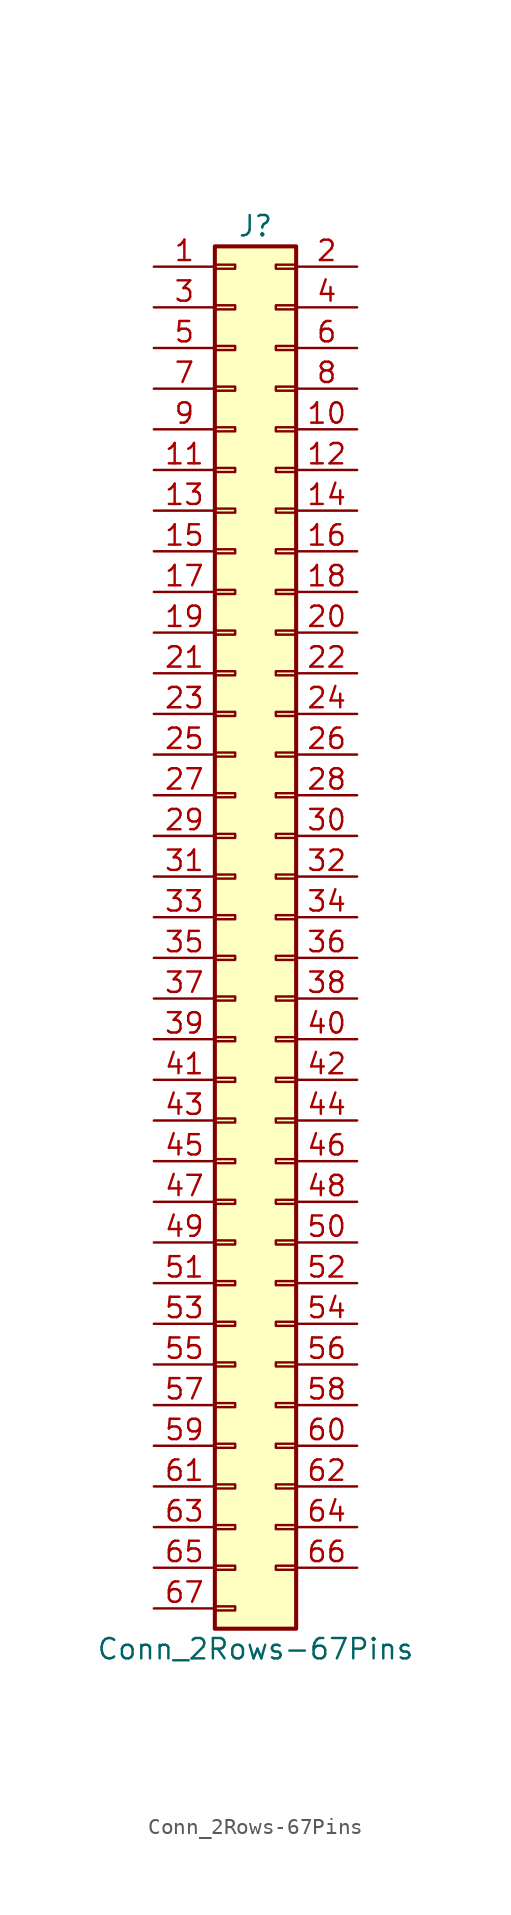
<source format=kicad_sym>
(kicad_symbol_lib
  (version 20211014)
  (generator kicad_symbol_editor)
  (symbol "Conn_2Rows-67Pins"
    (pin_names
      (offset 1.016) hide)
    (property "Reference" "J"
      (at 1.27 43.18 0)
      (effects (font (size 1.27 1.27))))
    (property "Value" "Conn_2Rows-67Pins"
      (at 1.27 -45.72 0)
      (effects (font (size 1.27 1.27))))
    (symbol "Conn_2Rows-67Pins_1_1"
      (rectangle (start -1.27 -43.053) (end 0 -43.307) (stroke (width 0.152) (type default) (color 0 0 0 0)) (fill (type none)))
      (rectangle (start -1.27 -40.513) (end 0 -40.767) (stroke (width 0.152) (type default) (color 0 0 0 0)) (fill (type none)))
      (rectangle (start -1.27 -37.973) (end 0 -38.227) (stroke (width 0.152) (type default) (color 0 0 0 0)) (fill (type none)))
      (rectangle (start -1.27 -35.433) (end 0 -35.687) (stroke (width 0.152) (type default) (color 0 0 0 0)) (fill (type none)))
      (rectangle (start -1.27 -32.893) (end 0 -33.147) (stroke (width 0.152) (type default) (color 0 0 0 0)) (fill (type none)))
      (rectangle (start -1.27 -30.353) (end 0 -30.607) (stroke (width 0.152) (type default) (color 0 0 0 0)) (fill (type none)))
      (rectangle (start -1.27 -27.813) (end 0 -28.067) (stroke (width 0.152) (type default) (color 0 0 0 0)) (fill (type none)))
      (rectangle (start -1.27 -25.273) (end 0 -25.527) (stroke (width 0.152) (type default) (color 0 0 0 0)) (fill (type none)))
      (rectangle (start -1.27 -22.733) (end 0 -22.987) (stroke (width 0.152) (type default) (color 0 0 0 0)) (fill (type none)))
      (rectangle (start -1.27 -20.193) (end 0 -20.447) (stroke (width 0.152) (type default) (color 0 0 0 0)) (fill (type none)))
      (rectangle (start -1.27 -17.653) (end 0 -17.907) (stroke (width 0.152) (type default) (color 0 0 0 0)) (fill (type none)))
      (rectangle (start -1.27 -15.113) (end 0 -15.367) (stroke (width 0.152) (type default) (color 0 0 0 0)) (fill (type none)))
      (rectangle (start -1.27 -12.573) (end 0 -12.827) (stroke (width 0.152) (type default) (color 0 0 0 0)) (fill (type none)))
      (rectangle (start -1.27 -10.033) (end 0 -10.287) (stroke (width 0.152) (type default) (color 0 0 0 0)) (fill (type none)))
      (rectangle (start -1.27 -7.493) (end 0 -7.747) (stroke (width 0.152) (type default) (color 0 0 0 0)) (fill (type none)))
      (rectangle (start -1.27 -4.953) (end 0 -5.207) (stroke (width 0.152) (type default) (color 0 0 0 0)) (fill (type none)))
      (rectangle (start -1.27 -2.413) (end 0 -2.667) (stroke (width 0.152) (type default) (color 0 0 0 0)) (fill (type none)))
      (rectangle (start -1.27 0.127) (end 0 -0.127) (stroke (width 0.152) (type default) (color 0 0 0 0)) (fill (type none)))
      (rectangle (start -1.27 2.667) (end 0 2.413) (stroke (width 0.152) (type default) (color 0 0 0 0)) (fill (type none)))
      (rectangle (start -1.27 5.207) (end 0 4.953) (stroke (width 0.152) (type default) (color 0 0 0 0)) (fill (type none)))
      (rectangle (start -1.27 7.747) (end 0 7.493) (stroke (width 0.152) (type default) (color 0 0 0 0)) (fill (type none)))
      (rectangle (start -1.27 10.287) (end 0 10.033) (stroke (width 0.152) (type default) (color 0 0 0 0)) (fill (type none)))
      (rectangle (start -1.27 12.827) (end 0 12.573) (stroke (width 0.152) (type default) (color 0 0 0 0)) (fill (type none)))
      (rectangle (start -1.27 15.367) (end 0 15.113) (stroke (width 0.152) (type default) (color 0 0 0 0)) (fill (type none)))
      (rectangle (start -1.27 17.907) (end 0 17.653) (stroke (width 0.152) (type default) (color 0 0 0 0)) (fill (type none)))
      (rectangle (start -1.27 20.447) (end 0 20.193) (stroke (width 0.152) (type default) (color 0 0 0 0)) (fill (type none)))
      (rectangle (start -1.27 22.987) (end 0 22.733) (stroke (width 0.152) (type default) (color 0 0 0 0)) (fill (type none)))
      (rectangle (start -1.27 25.527) (end 0 25.273) (stroke (width 0.152) (type default) (color 0 0 0 0)) (fill (type none)))
      (rectangle (start -1.27 28.067) (end 0 27.813) (stroke (width 0.152) (type default) (color 0 0 0 0)) (fill (type none)))
      (rectangle (start -1.27 30.607) (end 0 30.353) (stroke (width 0.152) (type default) (color 0 0 0 0)) (fill (type none)))
      (rectangle (start -1.27 33.147) (end 0 32.893) (stroke (width 0.152) (type default) (color 0 0 0 0)) (fill (type none)))
      (rectangle (start -1.27 35.687) (end 0 35.433) (stroke (width 0.152) (type default) (color 0 0 0 0)) (fill (type none)))
      (rectangle (start -1.27 38.227) (end 0 37.973) (stroke (width 0.152) (type default) (color 0 0 0 0)) (fill (type none)))
      (rectangle (start -1.27 40.767) (end 0 40.513) (stroke (width 0.152) (type default) (color 0 0 0 0)) (fill (type none)))
      (rectangle (start -1.27 41.91) (end 3.81 -44.45) (stroke (width 0.254) (type default) (color 0 0 0 0)) (fill (type background)))
      (rectangle (start 3.81 -40.513) (end 2.54 -40.767) (stroke (width 0.152) (type default) (color 0 0 0 0)) (fill (type none)))
      (rectangle (start 3.81 -37.973) (end 2.54 -38.227) (stroke (width 0.152) (type default) (color 0 0 0 0)) (fill (type none)))
      (rectangle (start 3.81 -35.433) (end 2.54 -35.687) (stroke (width 0.152) (type default) (color 0 0 0 0)) (fill (type none)))
      (rectangle (start 3.81 -32.893) (end 2.54 -33.147) (stroke (width 0.152) (type default) (color 0 0 0 0)) (fill (type none)))
      (rectangle (start 3.81 -30.353) (end 2.54 -30.607) (stroke (width 0.152) (type default) (color 0 0 0 0)) (fill (type none)))
      (rectangle (start 3.81 -27.813) (end 2.54 -28.067) (stroke (width 0.152) (type default) (color 0 0 0 0)) (fill (type none)))
      (rectangle (start 3.81 -25.273) (end 2.54 -25.527) (stroke (width 0.152) (type default) (color 0 0 0 0)) (fill (type none)))
      (rectangle (start 3.81 -22.733) (end 2.54 -22.987) (stroke (width 0.152) (type default) (color 0 0 0 0)) (fill (type none)))
      (rectangle (start 3.81 -20.193) (end 2.54 -20.447) (stroke (width 0.152) (type default) (color 0 0 0 0)) (fill (type none)))
      (rectangle (start 3.81 -17.653) (end 2.54 -17.907) (stroke (width 0.152) (type default) (color 0 0 0 0)) (fill (type none)))
      (rectangle (start 3.81 -15.113) (end 2.54 -15.367) (stroke (width 0.152) (type default) (color 0 0 0 0)) (fill (type none)))
      (rectangle (start 3.81 -12.573) (end 2.54 -12.827) (stroke (width 0.152) (type default) (color 0 0 0 0)) (fill (type none)))
      (rectangle (start 3.81 -10.033) (end 2.54 -10.287) (stroke (width 0.152) (type default) (color 0 0 0 0)) (fill (type none)))
      (rectangle (start 3.81 -7.493) (end 2.54 -7.747) (stroke (width 0.152) (type default) (color 0 0 0 0)) (fill (type none)))
      (rectangle (start 3.81 -4.953) (end 2.54 -5.207) (stroke (width 0.152) (type default) (color 0 0 0 0)) (fill (type none)))
      (rectangle (start 3.81 -2.413) (end 2.54 -2.667) (stroke (width 0.152) (type default) (color 0 0 0 0)) (fill (type none)))
      (rectangle (start 3.81 0.127) (end 2.54 -0.127) (stroke (width 0.152) (type default) (color 0 0 0 0)) (fill (type none)))
      (rectangle (start 3.81 2.667) (end 2.54 2.413) (stroke (width 0.152) (type default) (color 0 0 0 0)) (fill (type none)))
      (rectangle (start 3.81 5.207) (end 2.54 4.953) (stroke (width 0.152) (type default) (color 0 0 0 0)) (fill (type none)))
      (rectangle (start 3.81 7.747) (end 2.54 7.493) (stroke (width 0.152) (type default) (color 0 0 0 0)) (fill (type none)))
      (rectangle (start 3.81 10.287) (end 2.54 10.033) (stroke (width 0.152) (type default) (color 0 0 0 0)) (fill (type none)))
      (rectangle (start 3.81 12.827) (end 2.54 12.573) (stroke (width 0.152) (type default) (color 0 0 0 0)) (fill (type none)))
      (rectangle (start 3.81 15.367) (end 2.54 15.113) (stroke (width 0.152) (type default) (color 0 0 0 0)) (fill (type none)))
      (rectangle (start 3.81 17.907) (end 2.54 17.653) (stroke (width 0.152) (type default) (color 0 0 0 0)) (fill (type none)))
      (rectangle (start 3.81 20.447) (end 2.54 20.193) (stroke (width 0.152) (type default) (color 0 0 0 0)) (fill (type none)))
      (rectangle (start 3.81 22.987) (end 2.54 22.733) (stroke (width 0.152) (type default) (color 0 0 0 0)) (fill (type none)))
      (rectangle (start 3.81 25.527) (end 2.54 25.273) (stroke (width 0.152) (type default) (color 0 0 0 0)) (fill (type none)))
      (rectangle (start 3.81 28.067) (end 2.54 27.813) (stroke (width 0.152) (type default) (color 0 0 0 0)) (fill (type none)))
      (rectangle (start 3.81 30.607) (end 2.54 30.353) (stroke (width 0.152) (type default) (color 0 0 0 0)) (fill (type none)))
      (rectangle (start 3.81 33.147) (end 2.54 32.893) (stroke (width 0.152) (type default) (color 0 0 0 0)) (fill (type none)))
      (rectangle (start 3.81 35.687) (end 2.54 35.433) (stroke (width 0.152) (type default) (color 0 0 0 0)) (fill (type none)))
      (rectangle (start 3.81 38.227) (end 2.54 37.973) (stroke (width 0.152) (type default) (color 0 0 0 0)) (fill (type none)))
      (rectangle (start 3.81 40.767) (end 2.54 40.513) (stroke (width 0.152) (type default) (color 0 0 0 0)) (fill (type none)))
      (pin passive line (at -5.08 40.64 0) (length 3.81) (name "Pin_1" (effects (font (size 1.27 1.27)))) (number "1" (effects (font (size 1.27 1.27)))))
      (pin passive line (at 7.62 30.48 180) (length 3.81) (name "Pin_10" (effects (font (size 1.27 1.27)))) (number "10" (effects (font (size 1.27 1.27)))))
      (pin passive line (at -5.08 27.94 0) (length 3.81) (name "Pin_11" (effects (font (size 1.27 1.27)))) (number "11" (effects (font (size 1.27 1.27)))))
      (pin passive line (at 7.62 27.94 180) (length 3.81) (name "Pin_12" (effects (font (size 1.27 1.27)))) (number "12" (effects (font (size 1.27 1.27)))))
      (pin passive line (at -5.08 25.4 0) (length 3.81) (name "Pin_13" (effects (font (size 1.27 1.27)))) (number "13" (effects (font (size 1.27 1.27)))))
      (pin passive line (at 7.62 25.4 180) (length 3.81) (name "Pin_14" (effects (font (size 1.27 1.27)))) (number "14" (effects (font (size 1.27 1.27)))))
      (pin passive line (at -5.08 22.86 0) (length 3.81) (name "Pin_15" (effects (font (size 1.27 1.27)))) (number "15" (effects (font (size 1.27 1.27)))))
      (pin passive line (at 7.62 22.86 180) (length 3.81) (name "Pin_16" (effects (font (size 1.27 1.27)))) (number "16" (effects (font (size 1.27 1.27)))))
      (pin passive line (at -5.08 20.32 0) (length 3.81) (name "Pin_17" (effects (font (size 1.27 1.27)))) (number "17" (effects (font (size 1.27 1.27)))))
      (pin passive line (at 7.62 20.32 180) (length 3.81) (name "Pin_18" (effects (font (size 1.27 1.27)))) (number "18" (effects (font (size 1.27 1.27)))))
      (pin passive line (at -5.08 17.78 0) (length 3.81) (name "Pin_19" (effects (font (size 1.27 1.27)))) (number "19" (effects (font (size 1.27 1.27)))))
      (pin passive line (at 7.62 40.64 180) (length 3.81) (name "Pin_2" (effects (font (size 1.27 1.27)))) (number "2" (effects (font (size 1.27 1.27)))))
      (pin passive line (at 7.62 17.78 180) (length 3.81) (name "Pin_20" (effects (font (size 1.27 1.27)))) (number "20" (effects (font (size 1.27 1.27)))))
      (pin passive line (at -5.08 15.24 0) (length 3.81) (name "Pin_21" (effects (font (size 1.27 1.27)))) (number "21" (effects (font (size 1.27 1.27)))))
      (pin passive line (at 7.62 15.24 180) (length 3.81) (name "Pin_22" (effects (font (size 1.27 1.27)))) (number "22" (effects (font (size 1.27 1.27)))))
      (pin passive line (at -5.08 12.7 0) (length 3.81) (name "Pin_23" (effects (font (size 1.27 1.27)))) (number "23" (effects (font (size 1.27 1.27)))))
      (pin passive line (at 7.62 12.7 180) (length 3.81) (name "Pin_24" (effects (font (size 1.27 1.27)))) (number "24" (effects (font (size 1.27 1.27)))))
      (pin passive line (at -5.08 10.16 0) (length 3.81) (name "Pin_25" (effects (font (size 1.27 1.27)))) (number "25" (effects (font (size 1.27 1.27)))))
      (pin passive line (at 7.62 10.16 180) (length 3.81) (name "Pin_26" (effects (font (size 1.27 1.27)))) (number "26" (effects (font (size 1.27 1.27)))))
      (pin passive line (at -5.08 7.62 0) (length 3.81) (name "Pin_27" (effects (font (size 1.27 1.27)))) (number "27" (effects (font (size 1.27 1.27)))))
      (pin passive line (at 7.62 7.62 180) (length 3.81) (name "Pin_28" (effects (font (size 1.27 1.27)))) (number "28" (effects (font (size 1.27 1.27)))))
      (pin passive line (at -5.08 5.08 0) (length 3.81) (name "Pin_29" (effects (font (size 1.27 1.27)))) (number "29" (effects (font (size 1.27 1.27)))))
      (pin passive line (at -5.08 38.1 0) (length 3.81) (name "Pin_3" (effects (font (size 1.27 1.27)))) (number "3" (effects (font (size 1.27 1.27)))))
      (pin passive line (at 7.62 5.08 180) (length 3.81) (name "Pin_30" (effects (font (size 1.27 1.27)))) (number "30" (effects (font (size 1.27 1.27)))))
      (pin passive line (at -5.08 2.54 0) (length 3.81) (name "Pin_31" (effects (font (size 1.27 1.27)))) (number "31" (effects (font (size 1.27 1.27)))))
      (pin passive line (at 7.62 2.54 180) (length 3.81) (name "Pin_32" (effects (font (size 1.27 1.27)))) (number "32" (effects (font (size 1.27 1.27)))))
      (pin passive line (at -5.08 0 0) (length 3.81) (name "Pin_33" (effects (font (size 1.27 1.27)))) (number "33" (effects (font (size 1.27 1.27)))))
      (pin passive line (at 7.62 0 180) (length 3.81) (name "Pin_34" (effects (font (size 1.27 1.27)))) (number "34" (effects (font (size 1.27 1.27)))))
      (pin passive line (at -5.08 -2.54 0) (length 3.81) (name "Pin_35" (effects (font (size 1.27 1.27)))) (number "35" (effects (font (size 1.27 1.27)))))
      (pin passive line (at 7.62 -2.54 180) (length 3.81) (name "Pin_36" (effects (font (size 1.27 1.27)))) (number "36" (effects (font (size 1.27 1.27)))))
      (pin passive line (at -5.08 -5.08 0) (length 3.81) (name "Pin_37" (effects (font (size 1.27 1.27)))) (number "37" (effects (font (size 1.27 1.27)))))
      (pin passive line (at 7.62 -5.08 180) (length 3.81) (name "Pin_38" (effects (font (size 1.27 1.27)))) (number "38" (effects (font (size 1.27 1.27)))))
      (pin passive line (at -5.08 -7.62 0) (length 3.81) (name "Pin_39" (effects (font (size 1.27 1.27)))) (number "39" (effects (font (size 1.27 1.27)))))
      (pin passive line (at 7.62 38.1 180) (length 3.81) (name "Pin_4" (effects (font (size 1.27 1.27)))) (number "4" (effects (font (size 1.27 1.27)))))
      (pin passive line (at 7.62 -7.62 180) (length 3.81) (name "Pin_40" (effects (font (size 1.27 1.27)))) (number "40" (effects (font (size 1.27 1.27)))))
      (pin passive line (at -5.08 -10.16 0) (length 3.81) (name "Pin_41" (effects (font (size 1.27 1.27)))) (number "41" (effects (font (size 1.27 1.27)))))
      (pin passive line (at 7.62 -10.16 180) (length 3.81) (name "Pin_42" (effects (font (size 1.27 1.27)))) (number "42" (effects (font (size 1.27 1.27)))))
      (pin passive line (at -5.08 -12.7 0) (length 3.81) (name "Pin_43" (effects (font (size 1.27 1.27)))) (number "43" (effects (font (size 1.27 1.27)))))
      (pin passive line (at 7.62 -12.7 180) (length 3.81) (name "Pin_44" (effects (font (size 1.27 1.27)))) (number "44" (effects (font (size 1.27 1.27)))))
      (pin passive line (at -5.08 -15.24 0) (length 3.81) (name "Pin_45" (effects (font (size 1.27 1.27)))) (number "45" (effects (font (size 1.27 1.27)))))
      (pin passive line (at 7.62 -15.24 180) (length 3.81) (name "Pin_46" (effects (font (size 1.27 1.27)))) (number "46" (effects (font (size 1.27 1.27)))))
      (pin passive line (at -5.08 -17.78 0) (length 3.81) (name "Pin_47" (effects (font (size 1.27 1.27)))) (number "47" (effects (font (size 1.27 1.27)))))
      (pin passive line (at 7.62 -17.78 180) (length 3.81) (name "Pin_48" (effects (font (size 1.27 1.27)))) (number "48" (effects (font (size 1.27 1.27)))))
      (pin passive line (at -5.08 -20.32 0) (length 3.81) (name "Pin_49" (effects (font (size 1.27 1.27)))) (number "49" (effects (font (size 1.27 1.27)))))
      (pin passive line (at -5.08 35.56 0) (length 3.81) (name "Pin_5" (effects (font (size 1.27 1.27)))) (number "5" (effects (font (size 1.27 1.27)))))
      (pin passive line (at 7.62 -20.32 180) (length 3.81) (name "Pin_50" (effects (font (size 1.27 1.27)))) (number "50" (effects (font (size 1.27 1.27)))))
      (pin passive line (at -5.08 -22.86 0) (length 3.81) (name "Pin_51" (effects (font (size 1.27 1.27)))) (number "51" (effects (font (size 1.27 1.27)))))
      (pin passive line (at 7.62 -22.86 180) (length 3.81) (name "Pin_52" (effects (font (size 1.27 1.27)))) (number "52" (effects (font (size 1.27 1.27)))))
      (pin passive line (at -5.08 -25.4 0) (length 3.81) (name "Pin_53" (effects (font (size 1.27 1.27)))) (number "53" (effects (font (size 1.27 1.27)))))
      (pin passive line (at 7.62 -25.4 180) (length 3.81) (name "Pin_54" (effects (font (size 1.27 1.27)))) (number "54" (effects (font (size 1.27 1.27)))))
      (pin passive line (at -5.08 -27.94 0) (length 3.81) (name "Pin_55" (effects (font (size 1.27 1.27)))) (number "55" (effects (font (size 1.27 1.27)))))
      (pin passive line (at 7.62 -27.94 180) (length 3.81) (name "Pin_56" (effects (font (size 1.27 1.27)))) (number "56" (effects (font (size 1.27 1.27)))))
      (pin passive line (at -5.08 -30.48 0) (length 3.81) (name "Pin_57" (effects (font (size 1.27 1.27)))) (number "57" (effects (font (size 1.27 1.27)))))
      (pin passive line (at 7.62 -30.48 180) (length 3.81) (name "Pin_58" (effects (font (size 1.27 1.27)))) (number "58" (effects (font (size 1.27 1.27)))))
      (pin passive line (at -5.08 -33.02 0) (length 3.81) (name "Pin_59" (effects (font (size 1.27 1.27)))) (number "59" (effects (font (size 1.27 1.27)))))
      (pin passive line (at 7.62 35.56 180) (length 3.81) (name "Pin_6" (effects (font (size 1.27 1.27)))) (number "6" (effects (font (size 1.27 1.27)))))
      (pin passive line (at 7.62 -33.02 180) (length 3.81) (name "Pin_60" (effects (font (size 1.27 1.27)))) (number "60" (effects (font (size 1.27 1.27)))))
      (pin passive line (at -5.08 -35.56 0) (length 3.81) (name "Pin_61" (effects (font (size 1.27 1.27)))) (number "61" (effects (font (size 1.27 1.27)))))
      (pin passive line (at 7.62 -35.56 180) (length 3.81) (name "Pin_62" (effects (font (size 1.27 1.27)))) (number "62" (effects (font (size 1.27 1.27)))))
      (pin passive line (at -5.08 -38.1 0) (length 3.81) (name "Pin_63" (effects (font (size 1.27 1.27)))) (number "63" (effects (font (size 1.27 1.27)))))
      (pin passive line (at 7.62 -38.1 180) (length 3.81) (name "Pin_64" (effects (font (size 1.27 1.27)))) (number "64" (effects (font (size 1.27 1.27)))))
      (pin passive line (at -5.08 -40.64 0) (length 3.81) (name "Pin_65" (effects (font (size 1.27 1.27)))) (number "65" (effects (font (size 1.27 1.27)))))
      (pin passive line (at 7.62 -40.64 180) (length 3.81) (name "Pin_66" (effects (font (size 1.27 1.27)))) (number "66" (effects (font (size 1.27 1.27)))))
      (pin passive line (at -5.08 -43.18 0) (length 3.81) (name "Pin_67" (effects (font (size 1.27 1.27)))) (number "67" (effects (font (size 1.27 1.27)))))
      (pin passive line (at -5.08 33.02 0) (length 3.81) (name "Pin_7" (effects (font (size 1.27 1.27)))) (number "7" (effects (font (size 1.27 1.27)))))
      (pin passive line (at 7.62 33.02 180) (length 3.81) (name "Pin_8" (effects (font (size 1.27 1.27)))) (number "8" (effects (font (size 1.27 1.27)))))
      (pin passive line (at -5.08 30.48 0) (length 3.81) (name "Pin_9" (effects (font (size 1.27 1.27)))) (number "9" (effects (font (size 1.27 1.27))))))))
</source>
